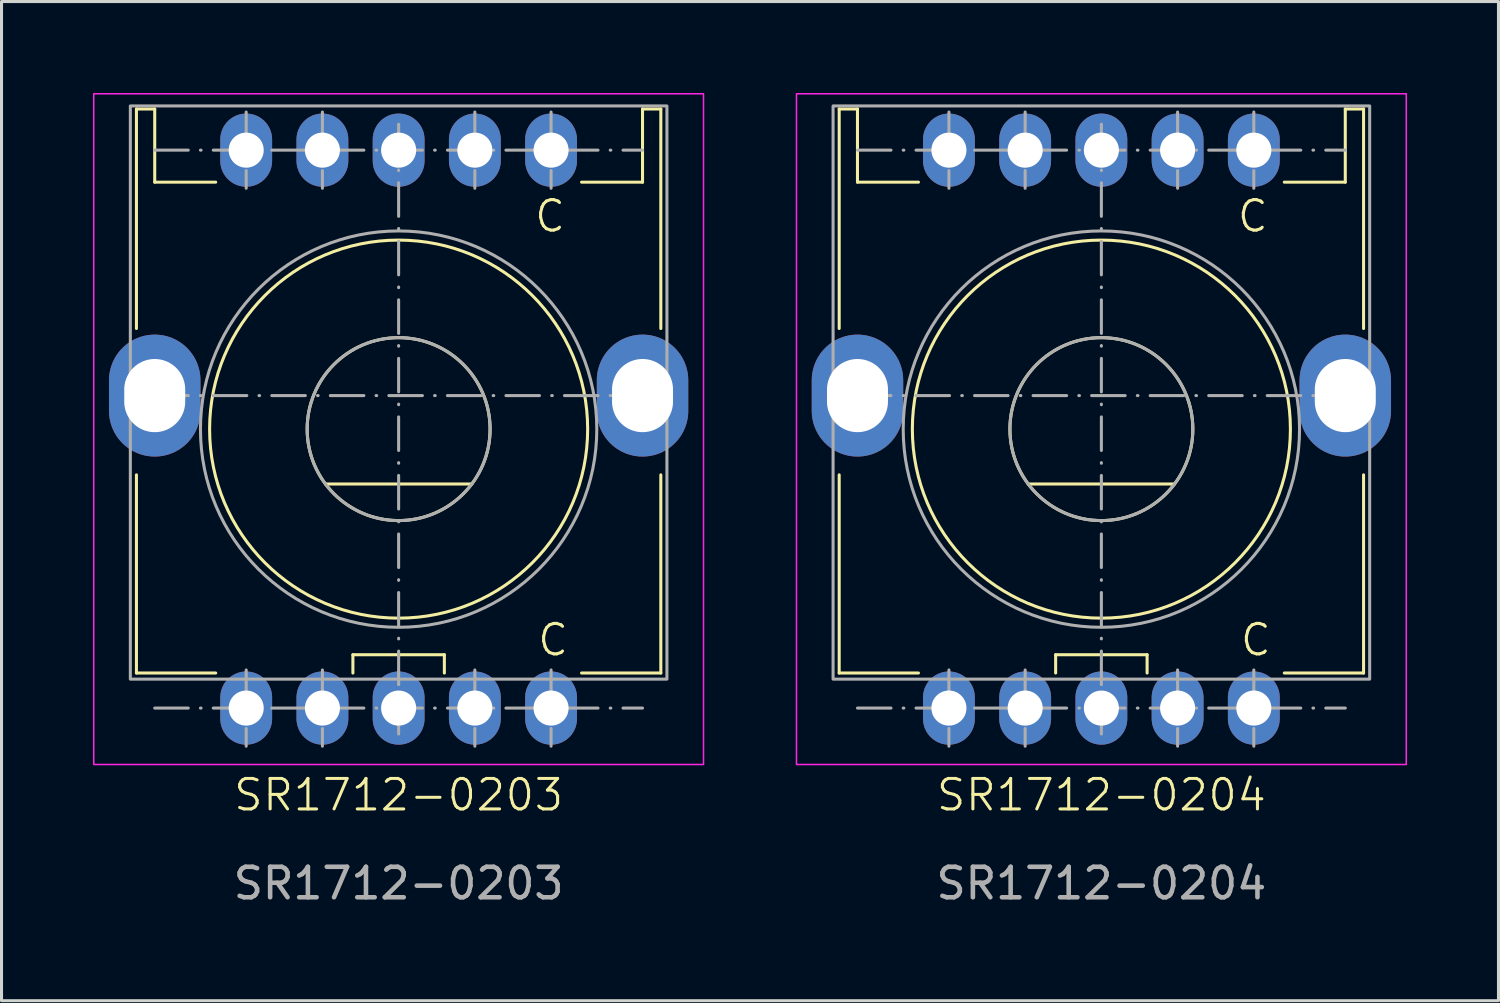
<source format=kicad_pcb>
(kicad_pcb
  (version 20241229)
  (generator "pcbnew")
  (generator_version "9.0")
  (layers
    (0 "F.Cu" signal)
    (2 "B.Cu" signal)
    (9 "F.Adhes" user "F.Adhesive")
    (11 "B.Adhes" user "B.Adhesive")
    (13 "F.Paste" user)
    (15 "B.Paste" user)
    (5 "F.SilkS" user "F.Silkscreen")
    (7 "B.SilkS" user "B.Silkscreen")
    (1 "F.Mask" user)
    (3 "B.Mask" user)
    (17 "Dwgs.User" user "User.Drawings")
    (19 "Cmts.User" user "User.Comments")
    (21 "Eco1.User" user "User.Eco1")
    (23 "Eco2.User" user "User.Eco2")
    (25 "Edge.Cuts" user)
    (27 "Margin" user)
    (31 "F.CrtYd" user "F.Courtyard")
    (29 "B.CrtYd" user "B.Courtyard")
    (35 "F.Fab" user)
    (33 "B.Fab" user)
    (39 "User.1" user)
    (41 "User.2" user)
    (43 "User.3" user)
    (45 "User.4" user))
  (footprint "SR1712-0204"
    (layer "F.Cu")
    (at 33.075 11.025)
    (property "Reference" "SR1712-0204" (at 0 12 0) (unlocked yes) (layer "F.SilkS") (effects (font (size 1 1) (thickness 0.1))))
    (attr smd)
    (fp_line (start -8.6 -10.5) (end -8.6 -3.3) (stroke (width 0.1) (type default)) (layer "F.SilkS"))
    (fp_line (start -8.6 -10.5) (end -8 -10.5) (stroke (width 0.1) (type default)) (layer "F.SilkS"))
    (fp_line (start -8.6 1.5) (end -8.6 8) (stroke (width 0.1) (type default)) (layer "F.SilkS"))
    (fp_line (start -8 -10.5) (end -8 -8.1) (stroke (width 0.1) (type default)) (layer "F.SilkS"))
    (fp_line (start -8 -8.1) (end -6 -8.1) (stroke (width 0.1) (type default)) (layer "F.SilkS"))
    (fp_line (start -6 8) (end -8.6 8) (stroke (width 0.1) (type default)) (layer "F.SilkS"))
    (fp_line (start -2.4 1.8) (end 2.4 1.8) (stroke (width 0.1) (type default)) (layer "F.SilkS"))
    (fp_line (start -1.5 8) (end -1.5 7.4) (stroke (width 0.1) (type default)) (layer "F.SilkS"))
    (fp_line (start 1.5 7.4) (end -1.5 7.4) (stroke (width 0.1) (type default)) (layer "F.SilkS"))
    (fp_line (start 1.5 7.4) (end 1.5 8) (stroke (width 0.1) (type default)) (layer "F.SilkS"))
    (fp_line (start 6 -8.1) (end 8 -8.1) (stroke (width 0.1) (type default)) (layer "F.SilkS"))
    (fp_line (start 8 -10.5) (end 8.6 -10.5) (stroke (width 0.1) (type default)) (layer "F.SilkS"))
    (fp_line (start 8 -8.1) (end 8 -10.5) (stroke (width 0.1) (type default)) (layer "F.SilkS"))
    (fp_line (start 8.6 -10.5) (end 8.6 -3.3) (stroke (width 0.1) (type default)) (layer "F.SilkS"))
    (fp_line (start 8.6 1.5) (end 8.6 8) (stroke (width 0.1) (type default)) (layer "F.SilkS"))
    (fp_line (start 8.6 8) (end 6 8) (stroke (width 0.1) (type default)) (layer "F.SilkS"))
    (fp_circle (center 0 0) (end 0 -3) (stroke (width 0.1) (type default)) (fill no) (layer "F.SilkS"))
    (fp_circle (center 0 0) (end 6.2 0) (stroke (width 0.1) (type solid)) (fill no) (layer "F.SilkS"))
    (fp_rect (start -10 -11) (end 10 11) (stroke (width 0.05) (type default)) (fill no) (layer "F.CrtYd"))
    (fp_line (start -8 -9.15) (end 8 -9.15) (stroke (width 0.1) (type dash_dot)) (layer "F.Fab"))
    (fp_line (start -8 -1.1) (end 8 -1.1) (stroke (width 0.1) (type dash_dot)) (layer "F.Fab"))
    (fp_line (start -8 9.15) (end 8 9.15) (stroke (width 0.1) (type dash_dot)) (layer "F.Fab"))
    (fp_line (start -5 -10.4) (end -5 -7.9) (stroke (width 0.1) (type dash_dot)) (layer "F.Fab"))
    (fp_line (start -5 7.9) (end -5 10.4) (stroke (width 0.1) (type dash_dot)) (layer "F.Fab"))
    (fp_line (start -2.5 -10.4) (end -2.5 -7.9) (stroke (width 0.1) (type dash_dot)) (layer "F.Fab"))
    (fp_line (start -2.5 7.9) (end -2.5 10.4) (stroke (width 0.1) (type dash_dot)) (layer "F.Fab"))
    (fp_line (start 0 -10) (end 0 10) (stroke (width 0.1) (type dash_dot)) (layer "F.Fab"))
    (fp_line (start 2.5 -10.4) (end 2.5 -7.9) (stroke (width 0.1) (type dash_dot)) (layer "F.Fab"))
    (fp_line (start 2.5 7.9) (end 2.5 10.4) (stroke (width 0.1) (type dash_dot)) (layer "F.Fab"))
    (fp_line (start 5 -10.4) (end 5 -7.9) (stroke (width 0.1) (type dash_dot)) (layer "F.Fab"))
    (fp_line (start 5 7.9) (end 5 10.4) (stroke (width 0.1) (type dash_dot)) (layer "F.Fab"))
    (fp_rect (start -8.8 -10.6) (end 8.8 8.2) (stroke (width 0.1) (type default)) (fill no) (layer "F.Fab"))
    (fp_circle (center 0 0) (end 0 -6.5) (stroke (width 0.1) (type default)) (fill no) (layer "F.Fab"))
    (fp_circle (center 0 0) (end 0 -3) (stroke (width 0.1) (type default)) (fill no) (layer "F.Fab"))
    (fp_text user "C" (at 4.5 7.5 0) (unlocked yes) (layer "F.SilkS") (effects (font (size 1 1) (thickness 0.1)) (justify left bottom)))
    (fp_text user "C" (at 4.4 -6.4 0) (unlocked yes) (layer "F.SilkS") (effects (font (size 1 1) (thickness 0.1)) (justify left bottom)))
    (fp_text user "${REFERENCE}" (at 0 14.9 0) (unlocked yes) (layer "F.Fab") (effects (font (size 1 1) (thickness 0.15))))
    (pad "" thru_hole oval (at -8 -1.1 180) (size 3 4) (drill oval 2 2.4) (layers "*.Cu" "*.Mask"))
    (pad "" thru_hole oval (at 8 -1.1 180) (size 3 4) (drill oval 2 2.4) (layers "*.Cu" "*.Mask"))
    (pad "1" thru_hole oval (at 5 9.15 180) (size 1.7 2.4) (drill 1.15) (layers "*.Cu" "*.Mask"))
    (pad "2" thru_hole oval (at 2.5 9.15 180) (size 1.7 2.4) (drill 1.15) (layers "*.Cu" "*.Mask"))
    (pad "3" thru_hole oval (at 0 9.15 180) (size 1.7 2.4) (drill 1.15) (layers "*.Cu" "*.Mask"))
    (pad "4" thru_hole oval (at -2.5 9.15 180) (size 1.7 2.4) (drill 1.15) (layers "*.Cu" "*.Mask"))
    (pad "5" thru_hole oval (at -5 9.15 180) (size 1.7 2.4) (drill 1.15) (layers "*.Cu" "*.Mask"))
    (pad "6" thru_hole oval (at -5 -9.15 180) (size 1.7 2.4) (drill 1.15) (layers "*.Cu" "*.Mask"))
    (pad "7" thru_hole oval (at -2.5 -9.15 180) (size 1.7 2.4) (drill 1.15) (layers "*.Cu" "*.Mask"))
    (pad "8" thru_hole oval (at 0 -9.15 180) (size 1.7 2.4) (drill 1.15) (layers "*.Cu" "*.Mask"))
    (pad "9" thru_hole oval (at 2.5 -9.15 180) (size 1.7 2.4) (drill 1.15) (layers "*.Cu" "*.Mask"))
    (pad "10" thru_hole oval (at 5 -9.15 180) (size 1.7 2.4) (drill 1.15) (layers "*.Cu" "*.Mask")))
  (footprint "SR1712-0203"
    (layer "F.Cu")
    (at 10.025 11.025)
    (property "Reference" "SR1712-0203" (at 0 12 0) (unlocked yes) (layer "F.SilkS") (effects (font (size 1 1) (thickness 0.1))))
    (attr smd)
    (fp_line (start -8.6 -10.5) (end -8.6 -3.3) (stroke (width 0.1) (type default)) (layer "F.SilkS"))
    (fp_line (start -8.6 -10.5) (end -8 -10.5) (stroke (width 0.1) (type default)) (layer "F.SilkS"))
    (fp_line (start -8.6 1.5) (end -8.6 8) (stroke (width 0.1) (type default)) (layer "F.SilkS"))
    (fp_line (start -8 -10.5) (end -8 -8.1) (stroke (width 0.1) (type default)) (layer "F.SilkS"))
    (fp_line (start -8 -8.1) (end -6 -8.1) (stroke (width 0.1) (type default)) (layer "F.SilkS"))
    (fp_line (start -6 8) (end -8.6 8) (stroke (width 0.1) (type default)) (layer "F.SilkS"))
    (fp_line (start -2.4 1.8) (end 2.4 1.8) (stroke (width 0.1) (type default)) (layer "F.SilkS"))
    (fp_line (start -1.5 8) (end -1.5 7.4) (stroke (width 0.1) (type default)) (layer "F.SilkS"))
    (fp_line (start 1.5 7.4) (end -1.5 7.4) (stroke (width 0.1) (type default)) (layer "F.SilkS"))
    (fp_line (start 1.5 7.4) (end 1.5 8) (stroke (width 0.1) (type default)) (layer "F.SilkS"))
    (fp_line (start 6 -8.1) (end 8 -8.1) (stroke (width 0.1) (type default)) (layer "F.SilkS"))
    (fp_line (start 8 -10.5) (end 8.6 -10.5) (stroke (width 0.1) (type default)) (layer "F.SilkS"))
    (fp_line (start 8 -8.1) (end 8 -10.5) (stroke (width 0.1) (type default)) (layer "F.SilkS"))
    (fp_line (start 8.6 -10.5) (end 8.6 -3.3) (stroke (width 0.1) (type default)) (layer "F.SilkS"))
    (fp_line (start 8.6 1.5) (end 8.6 8) (stroke (width 0.1) (type default)) (layer "F.SilkS"))
    (fp_line (start 8.6 8) (end 6 8) (stroke (width 0.1) (type default)) (layer "F.SilkS"))
    (fp_circle (center 0 0) (end 0 -3) (stroke (width 0.1) (type default)) (fill no) (layer "F.SilkS"))
    (fp_circle (center 0 0) (end 6.2 0) (stroke (width 0.1) (type solid)) (fill no) (layer "F.SilkS"))
    (fp_rect (start -10 -11) (end 10 11) (stroke (width 0.05) (type default)) (fill no) (layer "F.CrtYd"))
    (fp_line (start -8 -9.15) (end 8 -9.15) (stroke (width 0.1) (type dash_dot)) (layer "F.Fab"))
    (fp_line (start -8 -1.1) (end 8 -1.1) (stroke (width 0.1) (type dash_dot)) (layer "F.Fab"))
    (fp_line (start -8 9.15) (end 8 9.15) (stroke (width 0.1) (type dash_dot)) (layer "F.Fab"))
    (fp_line (start -5 -10.4) (end -5 -7.9) (stroke (width 0.1) (type dash_dot)) (layer "F.Fab"))
    (fp_line (start -5 7.9) (end -5 10.4) (stroke (width 0.1) (type dash_dot)) (layer "F.Fab"))
    (fp_line (start -2.5 -10.4) (end -2.5 -7.9) (stroke (width 0.1) (type dash_dot)) (layer "F.Fab"))
    (fp_line (start -2.5 7.9) (end -2.5 10.4) (stroke (width 0.1) (type dash_dot)) (layer "F.Fab"))
    (fp_line (start 0 -10) (end 0 10) (stroke (width 0.1) (type dash_dot)) (layer "F.Fab"))
    (fp_line (start 2.5 -10.4) (end 2.5 -7.9) (stroke (width 0.1) (type dash_dot)) (layer "F.Fab"))
    (fp_line (start 2.5 7.9) (end 2.5 10.4) (stroke (width 0.1) (type dash_dot)) (layer "F.Fab"))
    (fp_line (start 5 -10.4) (end 5 -7.9) (stroke (width 0.1) (type dash_dot)) (layer "F.Fab"))
    (fp_line (start 5 7.9) (end 5 10.4) (stroke (width 0.1) (type dash_dot)) (layer "F.Fab"))
    (fp_rect (start -8.8 -10.6) (end 8.8 8.2) (stroke (width 0.1) (type default)) (fill no) (layer "F.Fab"))
    (fp_circle (center 0 0) (end 0 -6.5) (stroke (width 0.1) (type default)) (fill no) (layer "F.Fab"))
    (fp_circle (center 0 0) (end 0 -3) (stroke (width 0.1) (type default)) (fill no) (layer "F.Fab"))
    (fp_text user "C" (at 4.4 -6.4 0) (unlocked yes) (layer "F.SilkS") (effects (font (size 1 1) (thickness 0.1)) (justify left bottom)))
    (fp_text user "C" (at 4.5 7.5 0) (unlocked yes) (layer "F.SilkS") (effects (font (size 1 1) (thickness 0.1)) (justify left bottom)))
    (fp_text user "${REFERENCE}" (at 0 14.9 0) (unlocked yes) (layer "F.Fab") (effects (font (size 1 1) (thickness 0.15))))
    (pad "" thru_hole oval (at -8 -1.1 180) (size 3 4) (drill oval 2 2.4) (layers "*.Cu" "*.Mask"))
    (pad "" thru_hole oval (at 8 -1.1 180) (size 3 4) (drill oval 2 2.4) (layers "*.Cu" "*.Mask"))
    (pad "1" thru_hole oval (at 5 9.15 180) (size 1.7 2.4) (drill 1.15) (layers "*.Cu" "*.Mask"))
    (pad "2" thru_hole oval (at 2.5 9.15 180) (size 1.7 2.4) (drill 1.15) (layers "*.Cu" "*.Mask"))
    (pad "3" thru_hole oval (at 0 9.15 180) (size 1.7 2.4) (drill 1.15) (layers "*.Cu" "*.Mask"))
    (pad "4" thru_hole oval (at -2.5 9.15 180) (size 1.7 2.4) (drill 1.15) (layers "*.Cu" "*.Mask"))
    (pad "5" thru_hole oval (at -5 9.15 180) (size 1.7 2.4) (drill 1.15) (layers "*.Cu" "*.Mask"))
    (pad "6" thru_hole oval (at -5 -9.15 180) (size 1.7 2.4) (drill 1.15) (layers "*.Cu" "*.Mask"))
    (pad "7" thru_hole oval (at -2.5 -9.15 180) (size 1.7 2.4) (drill 1.15) (layers "*.Cu" "*.Mask"))
    (pad "8" thru_hole oval (at 0 -9.15 180) (size 1.7 2.4) (drill 1.15) (layers "*.Cu" "*.Mask"))
    (pad "9" thru_hole oval (at 2.5 -9.15 180) (size 1.7 2.4) (drill 1.15) (layers "*.Cu" "*.Mask"))
    (pad "10" thru_hole oval (at 5 -9.15 180) (size 1.7 2.4) (drill 1.15) (layers "*.Cu" "*.Mask")))
  (gr_rect
    (start -3 -3)
    (end 46.1 29.773)
    (stroke (width 0.1) (type default))
    (fill no)
    (layer "Edge.Cuts")))
</source>
